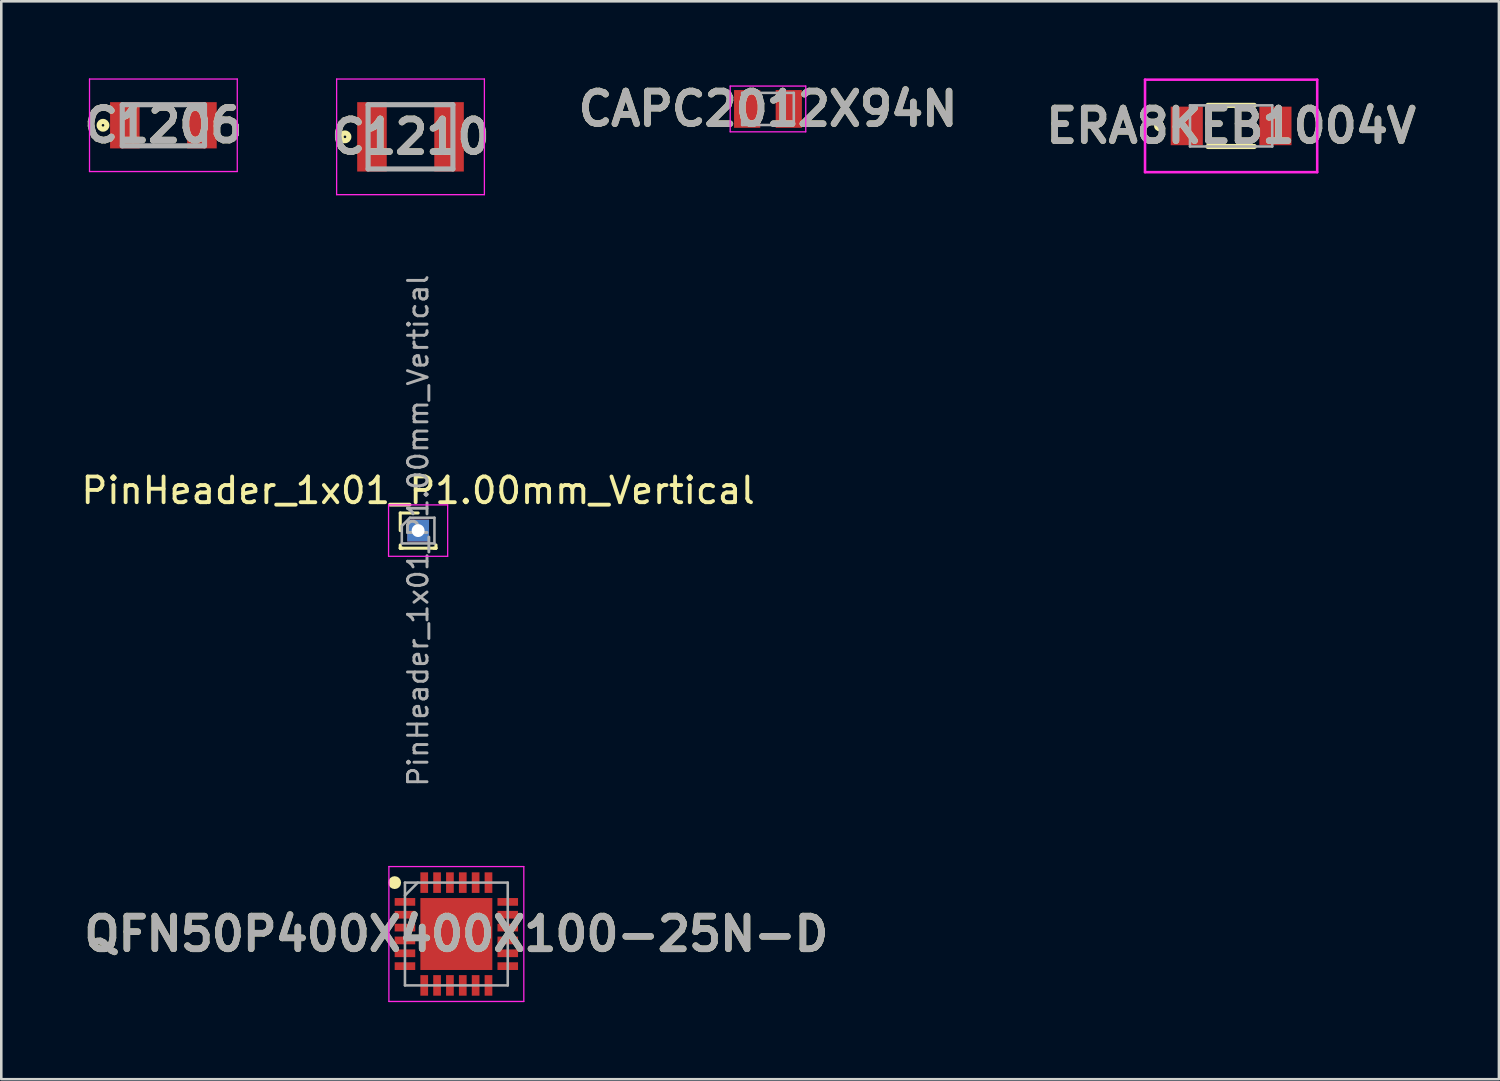
<source format=kicad_pcb>
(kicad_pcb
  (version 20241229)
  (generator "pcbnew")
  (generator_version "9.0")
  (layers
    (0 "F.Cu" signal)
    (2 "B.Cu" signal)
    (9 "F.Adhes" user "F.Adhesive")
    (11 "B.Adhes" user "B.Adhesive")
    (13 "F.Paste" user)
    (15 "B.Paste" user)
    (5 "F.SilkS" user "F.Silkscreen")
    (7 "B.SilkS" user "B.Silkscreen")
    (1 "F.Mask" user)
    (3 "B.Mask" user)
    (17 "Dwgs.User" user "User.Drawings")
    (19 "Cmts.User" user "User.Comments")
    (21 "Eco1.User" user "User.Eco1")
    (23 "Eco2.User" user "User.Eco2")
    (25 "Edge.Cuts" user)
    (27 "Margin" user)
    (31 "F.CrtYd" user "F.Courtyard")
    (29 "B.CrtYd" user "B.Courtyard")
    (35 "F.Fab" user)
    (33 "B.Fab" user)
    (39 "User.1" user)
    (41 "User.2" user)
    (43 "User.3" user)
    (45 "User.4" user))
  (footprint "C1206"
    (layer "F.Cu")
    (at 3.308 1.825)
    (property "Reference" "C1206" (at 0 0 0) (layer "F.SilkS") (effects (font (size 1.27 1.27) (thickness 0.254))))
    (attr smd)
    (fp_circle (center -2.35 0) (end -2.35 0.05) (stroke (width 0.2) (type solid)) (fill no) (layer "F.SilkS"))
    (fp_line (start -2.875 -1.8) (end 2.875 -1.8) (stroke (width 0.05) (type solid)) (layer "F.CrtYd"))
    (fp_line (start -2.875 1.8) (end -2.875 -1.8) (stroke (width 0.05) (type solid)) (layer "F.CrtYd"))
    (fp_line (start 2.875 -1.8) (end 2.875 1.8) (stroke (width 0.05) (type solid)) (layer "F.CrtYd"))
    (fp_line (start 2.875 1.8) (end -2.875 1.8) (stroke (width 0.05) (type solid)) (layer "F.CrtYd"))
    (fp_line (start -1.6 -0.8) (end 1.6 -0.8) (stroke (width 0.2) (type solid)) (layer "F.Fab"))
    (fp_line (start -1.6 0.8) (end -1.6 -0.8) (stroke (width 0.2) (type solid)) (layer "F.Fab"))
    (fp_line (start 1.6 -0.8) (end 1.6 0.8) (stroke (width 0.2) (type solid)) (layer "F.Fab"))
    (fp_line (start 1.6 0.8) (end -1.6 0.8) (stroke (width 0.2) (type solid)) (layer "F.Fab"))
    (fp_text user "${REFERENCE}" (at 0 0 0) (layer "F.Fab") (effects (font (size 1.27 1.27) (thickness 0.254))))
    (pad "1" smd rect (at -1.5 0) (size 1.15 1.8) (layers "F.Cu" "F.Mask" "F.Paste"))
    (pad "2" smd rect (at 1.5 0) (size 1.15 1.8) (layers "F.Cu" "F.Mask" "F.Paste")))
  (footprint "ERA8KEB1004V"
    (layer "F.Cu")
    (at 44.856 1.85)
    (property "Reference" "ERA8KEB1004V" (at 0 0 0) (layer "F.SilkS") (effects (font (size 1.27 1.27) (thickness 0.254))))
    (attr smd)
    (fp_line (start -2.8 -0.1) (end -2.8 -0.1) (stroke (width 0.2) (type solid)) (layer "F.SilkS"))
    (fp_line (start -2.8 0.1) (end -2.8 0.1) (stroke (width 0.2) (type solid)) (layer "F.SilkS"))
    (fp_line (start -0.9 -0.8) (end 0.9 -0.8) (stroke (width 0.2) (type solid)) (layer "F.SilkS"))
    (fp_line (start -0.9 0.8) (end 0.9 0.8) (stroke (width 0.2) (type solid)) (layer "F.SilkS"))
    (fp_arc (start -2.8 -0.1) (mid -2.7 0) (end -2.8 0.1) (stroke (width 0.2) (type solid)) (layer "F.SilkS"))
    (fp_arc (start -2.8 0.1) (mid -2.9 0) (end -2.8 -0.1) (stroke (width 0.2) (type solid)) (layer "F.SilkS"))
    (fp_line (start -3.35 -1.8) (end 3.35 -1.8) (stroke (width 0.1) (type solid)) (layer "F.CrtYd"))
    (fp_line (start -3.35 1.8) (end -3.35 -1.8) (stroke (width 0.1) (type solid)) (layer "F.CrtYd"))
    (fp_line (start 3.35 -1.8) (end 3.35 1.8) (stroke (width 0.1) (type solid)) (layer "F.CrtYd"))
    (fp_line (start 3.35 1.8) (end -3.35 1.8) (stroke (width 0.1) (type solid)) (layer "F.CrtYd"))
    (fp_line (start -1.6 -0.8) (end 1.6 -0.8) (stroke (width 0.1) (type solid)) (layer "F.Fab"))
    (fp_line (start -1.6 0.8) (end -1.6 -0.8) (stroke (width 0.1) (type solid)) (layer "F.Fab"))
    (fp_line (start 1.6 -0.8) (end 1.6 0.8) (stroke (width 0.1) (type solid)) (layer "F.Fab"))
    (fp_line (start 1.6 0.8) (end -1.6 0.8) (stroke (width 0.1) (type solid)) (layer "F.Fab"))
    (fp_text user "${REFERENCE}" (at 0 0 0) (layer "F.Fab") (effects (font (size 1.27 1.27) (thickness 0.254))))
    (pad "1" smd rect (at -1.725 0) (size 1.25 1.5) (layers "F.Cu" "F.Mask" "F.Paste"))
    (pad "2" smd rect (at 1.725 0) (size 1.25 1.5) (layers "F.Cu" "F.Mask" "F.Paste")))
  (footprint "QFN50P400X400X100-25N-D"
    (layer "F.Cu")
    (at 14.708 33.295)
    (property "Reference" "QFN50P400X400X100-25N-D" (at 0 0 0) (layer "F.SilkS") (effects (font (size 1.27 1.27) (thickness 0.254))))
    (attr smd)
    (fp_circle (center -2.4 -2) (end -2.4 -1.875) (stroke (width 0.25) (type solid)) (fill no) (layer "F.SilkS"))
    (fp_line (start -2.625 -2.625) (end 2.625 -2.625) (stroke (width 0.05) (type solid)) (layer "F.CrtYd"))
    (fp_line (start -2.625 2.625) (end -2.625 -2.625) (stroke (width 0.05) (type solid)) (layer "F.CrtYd"))
    (fp_line (start 2.625 -2.625) (end 2.625 2.625) (stroke (width 0.05) (type solid)) (layer "F.CrtYd"))
    (fp_line (start 2.625 2.625) (end -2.625 2.625) (stroke (width 0.05) (type solid)) (layer "F.CrtYd"))
    (fp_line (start -2 -2) (end 2 -2) (stroke (width 0.1) (type solid)) (layer "F.Fab"))
    (fp_line (start -2 -1.5) (end -1.5 -2) (stroke (width 0.1) (type solid)) (layer "F.Fab"))
    (fp_line (start -2 2) (end -2 -2) (stroke (width 0.1) (type solid)) (layer "F.Fab"))
    (fp_line (start 2 -2) (end 2 2) (stroke (width 0.1) (type solid)) (layer "F.Fab"))
    (fp_line (start 2 2) (end -2 2) (stroke (width 0.1) (type solid)) (layer "F.Fab"))
    (fp_text user "${REFERENCE}" (at 0 0 0) (layer "F.Fab") (effects (font (size 1.27 1.27) (thickness 0.254))))
    (pad "1" smd rect (at -2 -1.25 90) (size 0.3 0.8) (layers "F.Cu" "F.Mask" "F.Paste"))
    (pad "2" smd rect (at -2 -0.75 90) (size 0.3 0.8) (layers "F.Cu" "F.Mask" "F.Paste"))
    (pad "3" smd rect (at -2 -0.25 90) (size 0.3 0.8) (layers "F.Cu" "F.Mask" "F.Paste"))
    (pad "4" smd rect (at -2 0.25 90) (size 0.3 0.8) (layers "F.Cu" "F.Mask" "F.Paste"))
    (pad "5" smd rect (at -2 0.75 90) (size 0.3 0.8) (layers "F.Cu" "F.Mask" "F.Paste"))
    (pad "6" smd rect (at -2 1.25 90) (size 0.3 0.8) (layers "F.Cu" "F.Mask" "F.Paste"))
    (pad "7" smd rect (at -1.25 2) (size 0.3 0.8) (layers "F.Cu" "F.Mask" "F.Paste"))
    (pad "8" smd rect (at -0.75 2) (size 0.3 0.8) (layers "F.Cu" "F.Mask" "F.Paste"))
    (pad "9" smd rect (at -0.25 2) (size 0.3 0.8) (layers "F.Cu" "F.Mask" "F.Paste"))
    (pad "10" smd rect (at 0.25 2) (size 0.3 0.8) (layers "F.Cu" "F.Mask" "F.Paste"))
    (pad "11" smd rect (at 0.75 2) (size 0.3 0.8) (layers "F.Cu" "F.Mask" "F.Paste"))
    (pad "12" smd rect (at 1.25 2) (size 0.3 0.8) (layers "F.Cu" "F.Mask" "F.Paste"))
    (pad "13" smd rect (at 2 1.25 90) (size 0.3 0.8) (layers "F.Cu" "F.Mask" "F.Paste"))
    (pad "14" smd rect (at 2 0.75 90) (size 0.3 0.8) (layers "F.Cu" "F.Mask" "F.Paste"))
    (pad "15" smd rect (at 2 0.25 90) (size 0.3 0.8) (layers "F.Cu" "F.Mask" "F.Paste"))
    (pad "16" smd rect (at 2 -0.25 90) (size 0.3 0.8) (layers "F.Cu" "F.Mask" "F.Paste"))
    (pad "17" smd rect (at 2 -0.75 90) (size 0.3 0.8) (layers "F.Cu" "F.Mask" "F.Paste"))
    (pad "18" smd rect (at 2 -1.25 90) (size 0.3 0.8) (layers "F.Cu" "F.Mask" "F.Paste"))
    (pad "19" smd rect (at 1.25 -2) (size 0.3 0.8) (layers "F.Cu" "F.Mask" "F.Paste"))
    (pad "20" smd rect (at 0.75 -2) (size 0.3 0.8) (layers "F.Cu" "F.Mask" "F.Paste"))
    (pad "21" smd rect (at 0.25 -2) (size 0.3 0.8) (layers "F.Cu" "F.Mask" "F.Paste"))
    (pad "22" smd rect (at -0.25 -2) (size 0.3 0.8) (layers "F.Cu" "F.Mask" "F.Paste"))
    (pad "23" smd rect (at -0.75 -2) (size 0.3 0.8) (layers "F.Cu" "F.Mask" "F.Paste"))
    (pad "24" smd rect (at -1.25 -2) (size 0.3 0.8) (layers "F.Cu" "F.Mask" "F.Paste"))
    (pad "25" smd rect (at 0 0) (size 2.8 2.8) (layers "F.Cu" "F.Mask" "F.Paste")))
  (footprint "C1210"
    (layer "F.Cu")
    (at 12.924 2.275)
    (property "Reference" "C1210" (at 0 0 0) (layer "F.SilkS") (effects (font (size 1.27 1.27) (thickness 0.254))))
    (attr smd)
    (fp_circle (center -2.55 0) (end -2.55 0.05) (stroke (width 0.2) (type solid)) (fill no) (layer "F.SilkS"))
    (fp_line (start -2.875 -2.25) (end 2.875 -2.25) (stroke (width 0.05) (type solid)) (layer "F.CrtYd"))
    (fp_line (start -2.875 2.25) (end -2.875 -2.25) (stroke (width 0.05) (type solid)) (layer "F.CrtYd"))
    (fp_line (start 2.875 -2.25) (end 2.875 2.25) (stroke (width 0.05) (type solid)) (layer "F.CrtYd"))
    (fp_line (start 2.875 2.25) (end -2.875 2.25) (stroke (width 0.05) (type solid)) (layer "F.CrtYd"))
    (fp_line (start -1.65 -1.25) (end 1.65 -1.25) (stroke (width 0.2) (type solid)) (layer "F.Fab"))
    (fp_line (start -1.65 1.25) (end -1.65 -1.25) (stroke (width 0.2) (type solid)) (layer "F.Fab"))
    (fp_line (start 1.65 -1.25) (end 1.65 1.25) (stroke (width 0.2) (type solid)) (layer "F.Fab"))
    (fp_line (start 1.65 1.25) (end -1.65 1.25) (stroke (width 0.2) (type solid)) (layer "F.Fab"))
    (fp_text user "${REFERENCE}" (at 0 0 0) (layer "F.Fab") (effects (font (size 1.27 1.27) (thickness 0.254))))
    (pad "1" smd rect (at -1.5 0) (size 1.15 2.7) (layers "F.Cu" "F.Mask" "F.Paste"))
    (pad "2" smd rect (at 1.5 0) (size 1.15 2.7) (layers "F.Cu" "F.Mask" "F.Paste")))
  (footprint "CAPC2012X94N"
    (layer "F.Cu")
    (at 26.834 1.189)
    (property "Reference" "CAPC2012X94N" (at 0 0 0) (layer "F.SilkS") (effects (font (size 1.27 1.27) (thickness 0.254))))
    (attr smd)
    (fp_line (start -1.47 -0.89) (end 1.47 -0.89) (stroke (width 0.05) (type solid)) (layer "F.CrtYd"))
    (fp_line (start -1.47 0.89) (end -1.47 -0.89) (stroke (width 0.05) (type solid)) (layer "F.CrtYd"))
    (fp_line (start 1.47 -0.89) (end 1.47 0.89) (stroke (width 0.05) (type solid)) (layer "F.CrtYd"))
    (fp_line (start 1.47 0.89) (end -1.47 0.89) (stroke (width 0.05) (type solid)) (layer "F.CrtYd"))
    (fp_line (start -1.005 -0.625) (end 1.005 -0.625) (stroke (width 0.1) (type solid)) (layer "F.Fab"))
    (fp_line (start -1.005 0.625) (end -1.005 -0.625) (stroke (width 0.1) (type solid)) (layer "F.Fab"))
    (fp_line (start 1.005 -0.625) (end 1.005 0.625) (stroke (width 0.1) (type solid)) (layer "F.Fab"))
    (fp_line (start 1.005 0.625) (end -1.005 0.625) (stroke (width 0.1) (type solid)) (layer "F.Fab"))
    (fp_text user "${REFERENCE}" (at 0 0 0) (layer "F.Fab") (effects (font (size 1.27 1.27) (thickness 0.254))))
    (pad "1" smd rect (at -0.81 0) (size 1.02 1.47) (layers "F.Cu" "F.Mask" "F.Paste"))
    (pad "2" smd rect (at 0.81 0) (size 1.02 1.47) (layers "F.Cu" "F.Mask" "F.Paste")))
  (footprint "PinHeader_1x01_P1.00mm_Vertical"
    (layer "F.Cu")
    (at 13.22 17.597)
    (property "Reference" "PinHeader_1x01_P1.00mm_Vertical" (at 0 -1.56 0) (layer "F.SilkS") (effects (font (size 1 1) (thickness 0.15))))
    (attr through_hole)
    (fp_line (start -0.695 -0.685) (end 0 -0.685) (stroke (width 0.12) (type solid)) (layer "F.SilkS"))
    (fp_line (start -0.695 0) (end -0.695 -0.685) (stroke (width 0.12) (type solid)) (layer "F.SilkS"))
    (fp_line (start -0.695 0.685) (end -0.695 0.56) (stroke (width 0.12) (type solid)) (layer "F.SilkS"))
    (fp_line (start -0.695 0.685) (end -0.608 0.685) (stroke (width 0.12) (type solid)) (layer "F.SilkS"))
    (fp_line (start -0.695 0.685) (end 0.695 0.685) (stroke (width 0.12) (type solid)) (layer "F.SilkS"))
    (fp_line (start 0.608 0.685) (end 0.695 0.685) (stroke (width 0.12) (type solid)) (layer "F.SilkS"))
    (fp_line (start 0.695 0.685) (end 0.695 0.56) (stroke (width 0.12) (type solid)) (layer "F.SilkS"))
    (fp_line (start -1.15 -1) (end -1.15 1) (stroke (width 0.05) (type solid)) (layer "F.CrtYd"))
    (fp_line (start -1.15 1) (end 1.15 1) (stroke (width 0.05) (type solid)) (layer "F.CrtYd"))
    (fp_line (start 1.15 -1) (end -1.15 -1) (stroke (width 0.05) (type solid)) (layer "F.CrtYd"))
    (fp_line (start 1.15 1) (end 1.15 -1) (stroke (width 0.05) (type solid)) (layer "F.CrtYd"))
    (fp_line (start -0.635 -0.182) (end -0.318 -0.5) (stroke (width 0.1) (type solid)) (layer "F.Fab"))
    (fp_line (start -0.635 0.5) (end -0.635 -0.182) (stroke (width 0.1) (type solid)) (layer "F.Fab"))
    (fp_line (start -0.318 -0.5) (end 0.635 -0.5) (stroke (width 0.1) (type solid)) (layer "F.Fab"))
    (fp_line (start 0.635 -0.5) (end 0.635 0.5) (stroke (width 0.1) (type solid)) (layer "F.Fab"))
    (fp_line (start 0.635 0.5) (end -0.635 0.5) (stroke (width 0.1) (type solid)) (layer "F.Fab"))
    (fp_text user "${REFERENCE}" (at 0 0 90) (layer "F.Fab") (effects (font (size 0.76 0.76) (thickness 0.114))))
    (pad "1" thru_hole rect (at 0 0) (size 0.85 0.85) (drill 0.5) (layers "*.Cu" "*.Mask")))
  (gr_rect
    (start -3 -3)
    (end 55.277 38.945)
    (stroke (width 0.1) (type default))
    (fill no)
    (layer "Edge.Cuts")))
</source>
